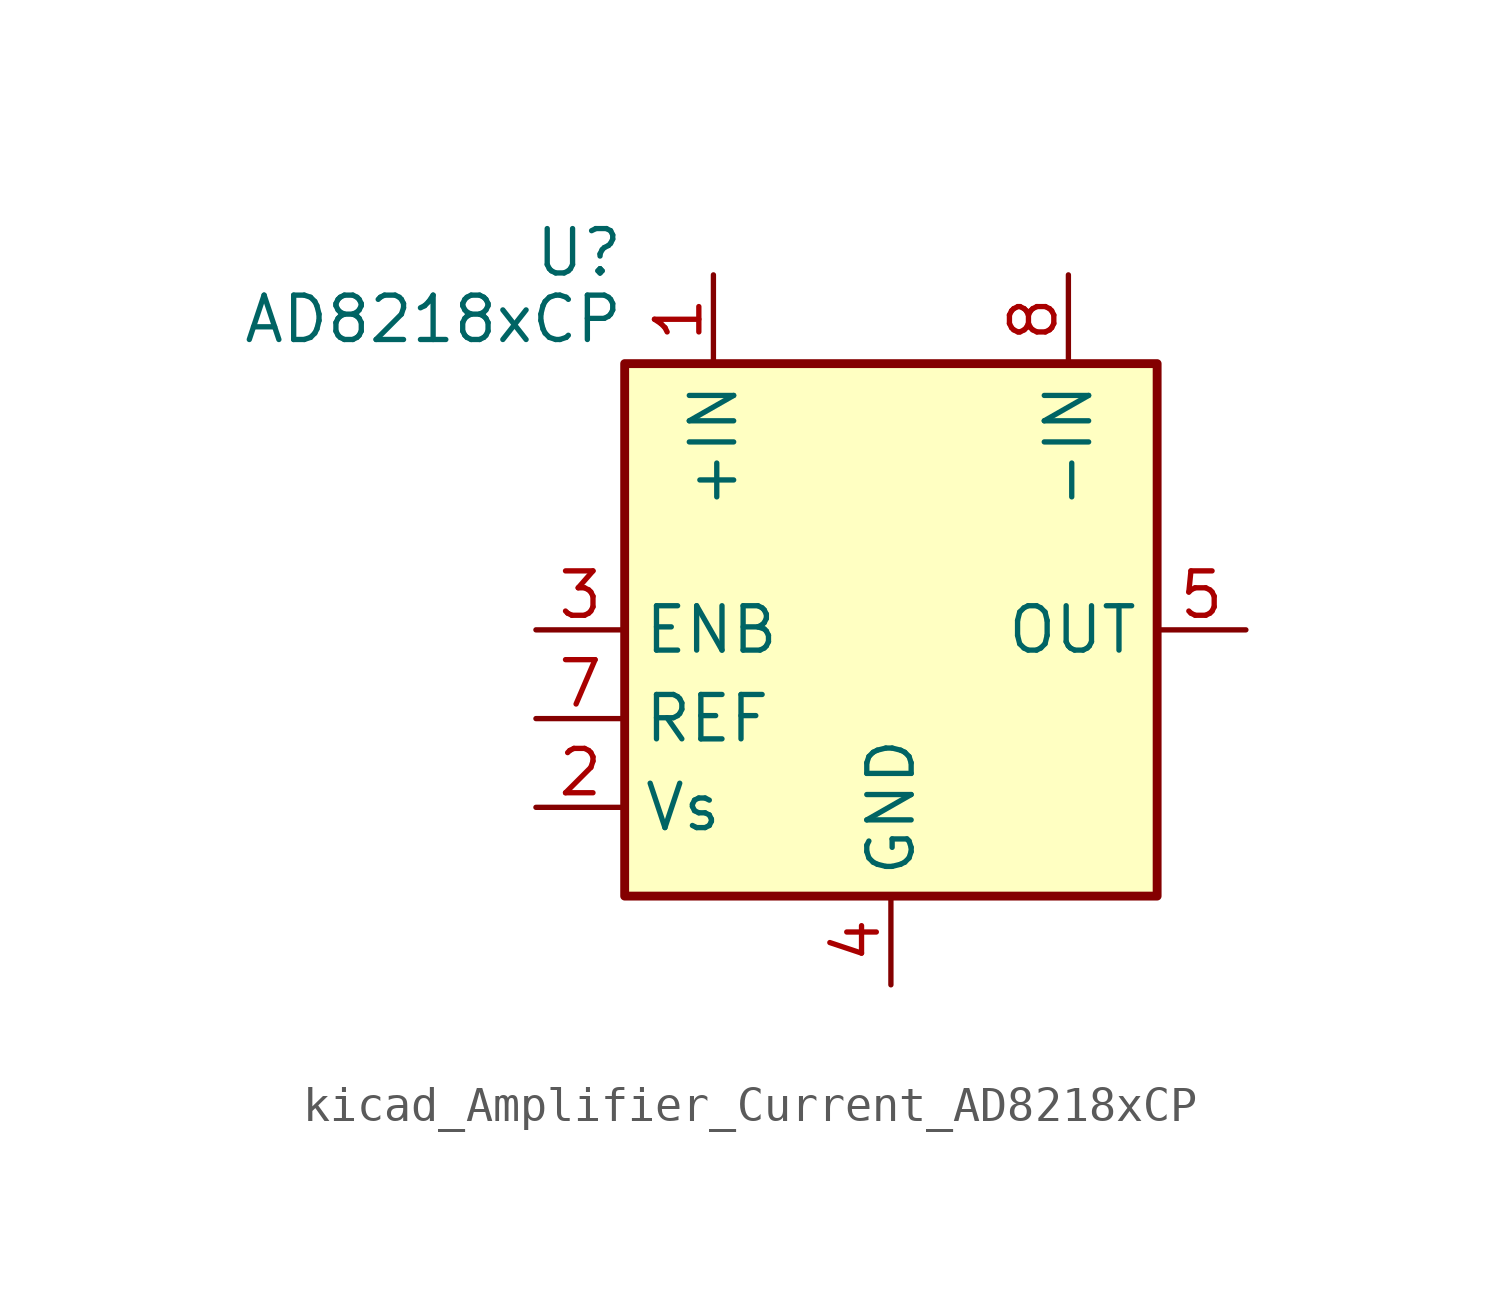
<source format=kicad_sym>
(kicad_symbol_lib
  (version 20220914)
  (generator kicad_symbol_editor)
  (symbol "kicad_Amplifier_Current_AD8218xCP"
    (property "Reference" "U"
      (at -7.62 10.795 0)
      (effects (font (size 1.27 1.27)) (justify right)))
    (property "Value" "AD8218xCP"
      (at -7.62 8.89 0)
      (effects (font (size 1.27 1.27)) (justify right)))
    (symbol "kicad_Amplifier_Current_AD8218xCP_0_1"
      (rectangle (start -7.62 7.62) (end 7.62 -7.62) (stroke (width 0.254) (type default)) (fill (type background))))
    (symbol "kicad_Amplifier_Current_AD8218xCP_1_1"
      (pin input line (at -5.08 10.16 270) (length 2.54) (name "+IN" (effects (font (size 1.27 1.27)))) (number "1" (effects (font (size 1.27 1.27)))))
      (pin passive line (at -10.16 -5.08 0) (length 2.54) (name "Vs" (effects (font (size 1.27 1.27)))) (number "2" (effects (font (size 1.27 1.27)))))
      (pin input line (at -10.16 0 0) (length 2.54) (name "ENB" (effects (font (size 1.27 1.27)))) (number "3" (effects (font (size 1.27 1.27)))))
      (pin power_in line (at 0 -10.16 90) (length 2.54) (name "GND" (effects (font (size 1.27 1.27)))) (number "4" (effects (font (size 1.27 1.27)))))
      (pin output line (at 10.16 0 180) (length 2.54) (name "OUT" (effects (font (size 1.27 1.27)))) (number "5" (effects (font (size 1.27 1.27)))))
      (pin no_connect line (at 2.54 -7.62 90) (length 2.54) hide (name "NC" (effects (font (size 1.27 1.27)))) (number "6" (effects (font (size 1.27 1.27)))))
      (pin input line (at -10.16 -2.54 0) (length 2.54) (name "REF" (effects (font (size 1.27 1.27)))) (number "7" (effects (font (size 1.27 1.27)))))
      (pin input line (at 5.08 10.16 270) (length 2.54) (name "-IN" (effects (font (size 1.27 1.27)))) (number "8" (effects (font (size 1.27 1.27)))))
      (pin passive line (at 0 -10.16 90) (length 2.54) hide (name "GND" (effects (font (size 1.27 1.27)))) (number "9" (effects (font (size 1.27 1.27))))))))
</source>
